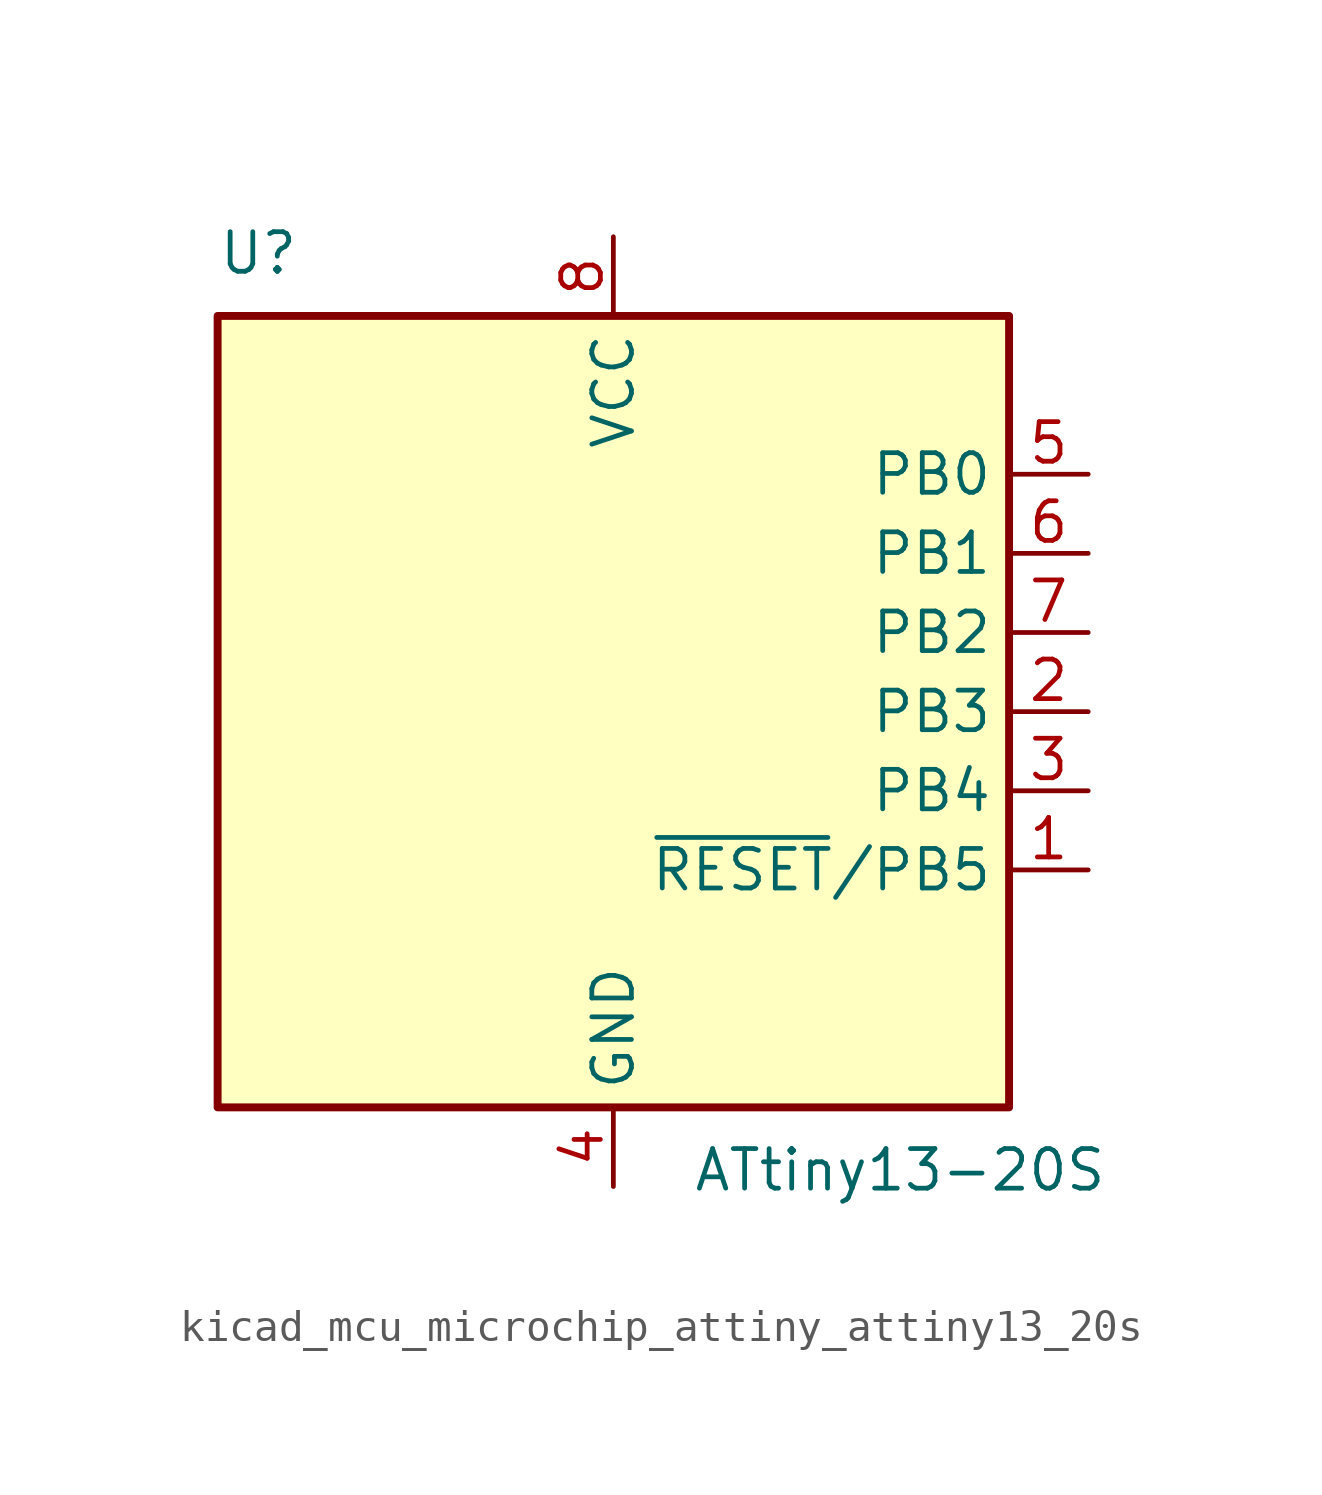
<source format=kicad_sym>
(kicad_symbol_lib
  (version 20220914)
  (generator kicad_symbol_editor)
  (symbol "kicad_mcu_microchip_attiny_attiny13_20s"
    (property "Reference" "U"
      (at -12.7 13.97 0)
      (effects (font (size 1.27 1.27)) (justify left bottom)))
    (property "Value" "ATtiny13-20S"
      (at 2.54 -13.97 0)
      (effects (font (size 1.27 1.27)) (justify left top)))
    (symbol "kicad_mcu_microchip_attiny_attiny13_20s_0_1"
      (rectangle (start -12.7 -12.7) (end 12.7 12.7) (stroke (width 0.254) (type default)) (fill (type background))))
    (symbol "kicad_mcu_microchip_attiny_attiny13_20s_1_1"
      (pin bidirectional line (at 15.24 -5.08 180) (length 2.54) (name "~{RESET}/PB5" (effects (font (size 1.27 1.27)))) (number "1" (effects (font (size 1.27 1.27)))))
      (pin bidirectional line (at 15.24 0 180) (length 2.54) (name "PB3" (effects (font (size 1.27 1.27)))) (number "2" (effects (font (size 1.27 1.27)))))
      (pin bidirectional line (at 15.24 -2.54 180) (length 2.54) (name "PB4" (effects (font (size 1.27 1.27)))) (number "3" (effects (font (size 1.27 1.27)))))
      (pin power_in line (at 0 -15.24 90) (length 2.54) (name "GND" (effects (font (size 1.27 1.27)))) (number "4" (effects (font (size 1.27 1.27)))))
      (pin bidirectional line (at 15.24 7.62 180) (length 2.54) (name "PB0" (effects (font (size 1.27 1.27)))) (number "5" (effects (font (size 1.27 1.27)))))
      (pin bidirectional line (at 15.24 5.08 180) (length 2.54) (name "PB1" (effects (font (size 1.27 1.27)))) (number "6" (effects (font (size 1.27 1.27)))))
      (pin bidirectional line (at 15.24 2.54 180) (length 2.54) (name "PB2" (effects (font (size 1.27 1.27)))) (number "7" (effects (font (size 1.27 1.27)))))
      (pin power_in line (at 0 15.24 270) (length 2.54) (name "VCC" (effects (font (size 1.27 1.27)))) (number "8" (effects (font (size 1.27 1.27))))))))
</source>
